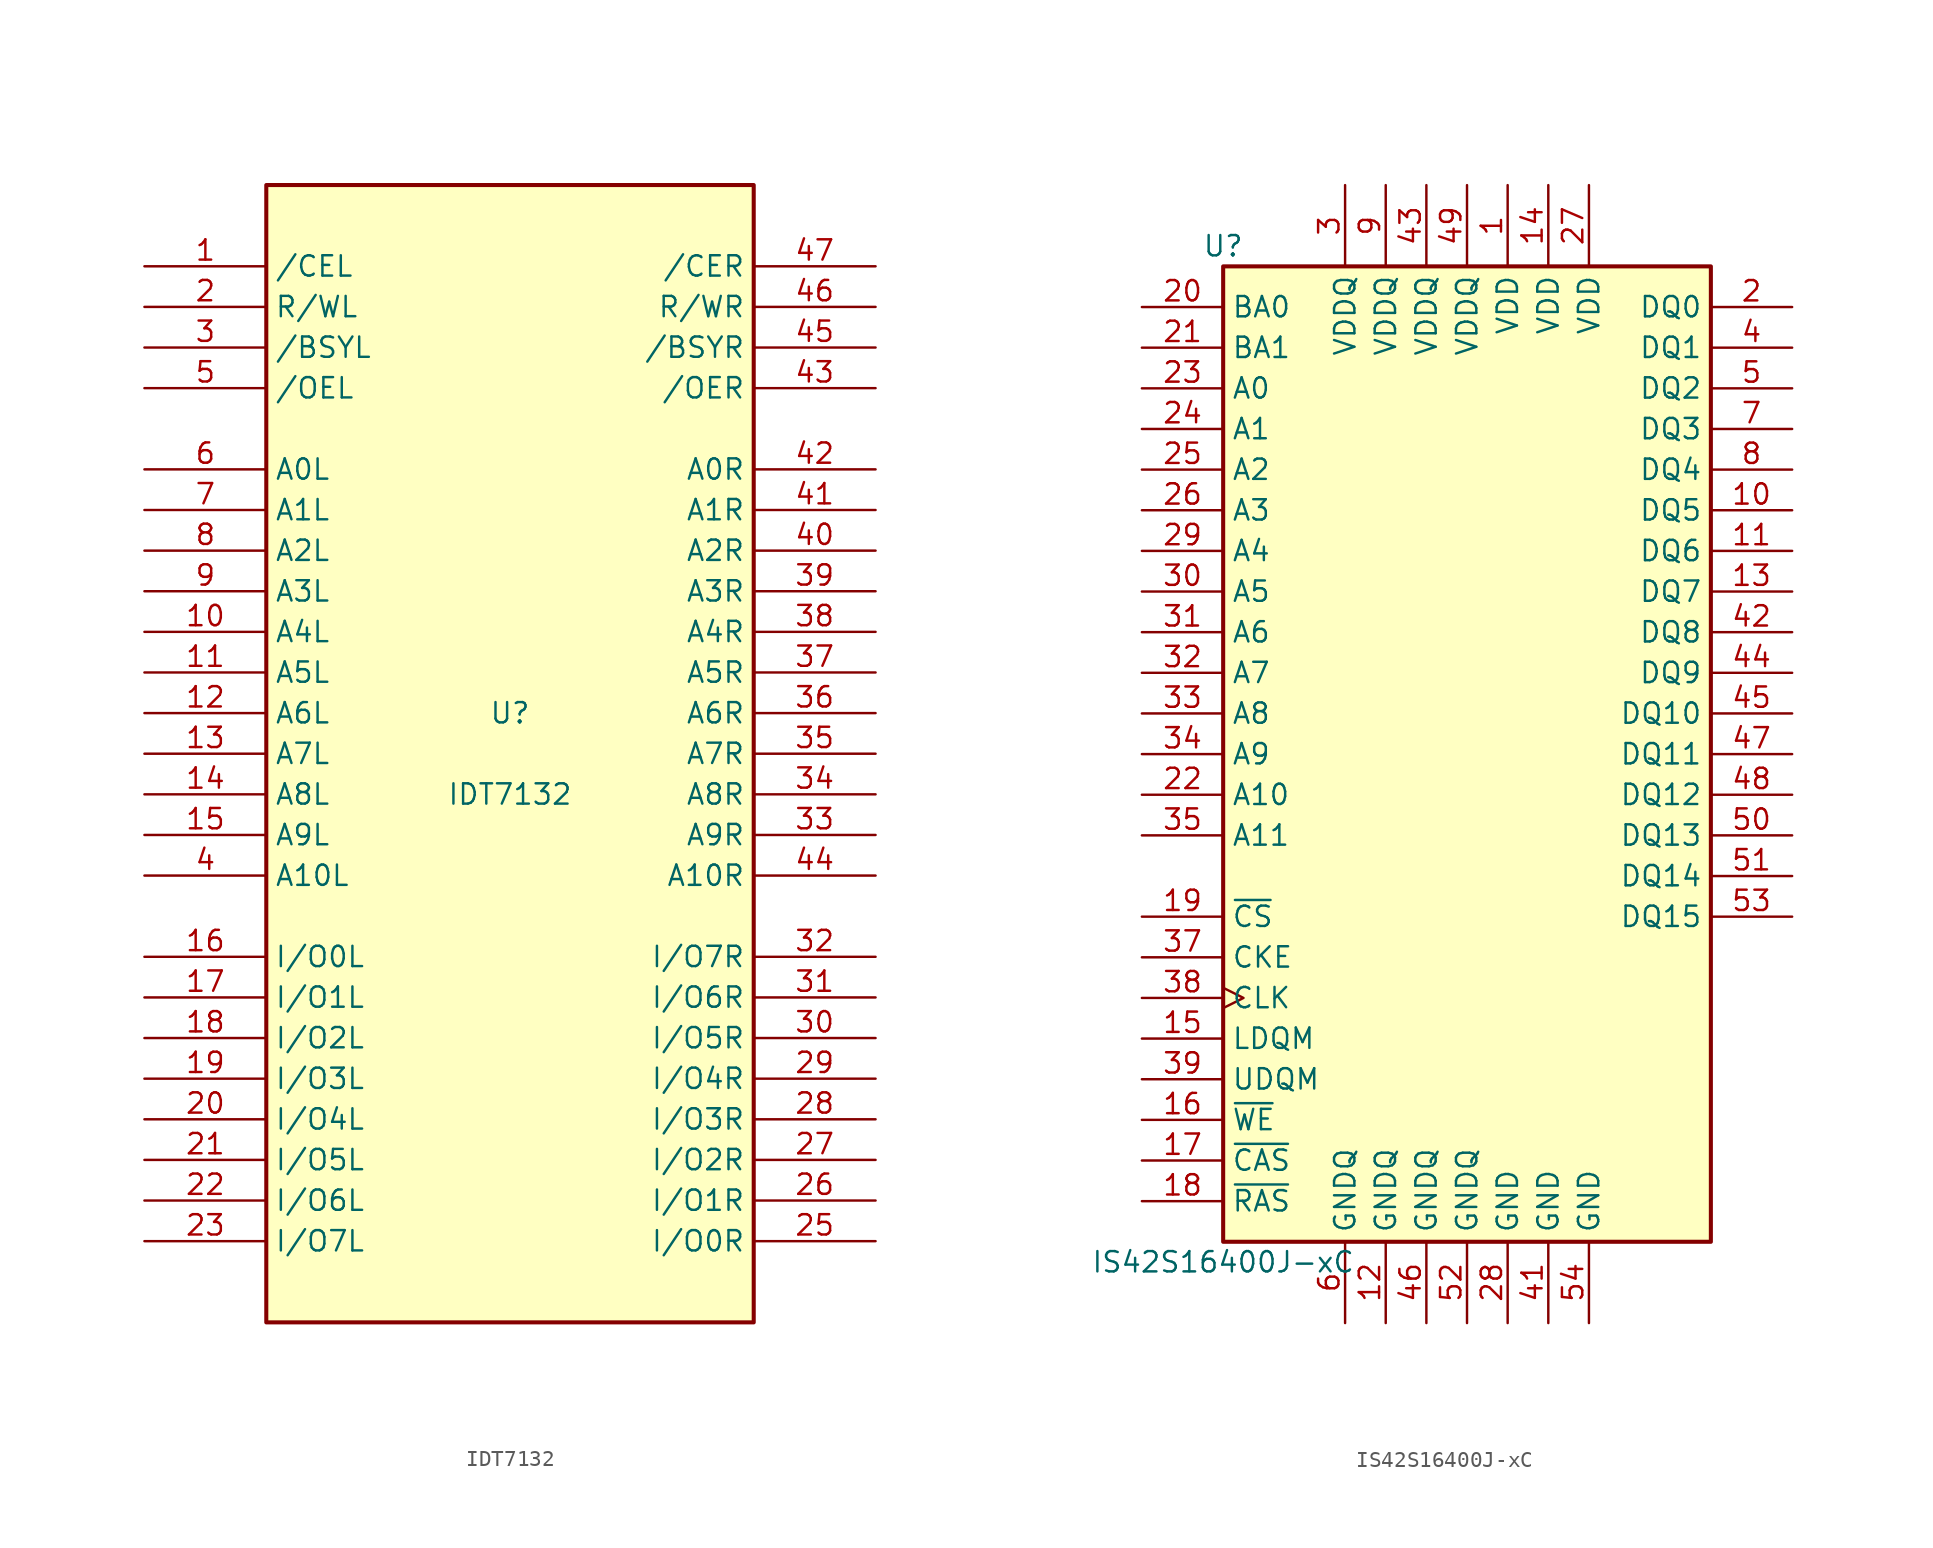
<source format=kicad_sym>
(kicad_symbol_lib
  (version 20220914)
  (generator kicad_symbol_editor)
  (symbol "IDT7132"
    (property "Reference" "U"
      (at 0 2.54 0)
      (effects (font (size 1.27 1.27))))
    (property "Value" "IDT7132"
      (at 0 -2.54 0)
      (effects (font (size 1.27 1.27))))
    (symbol "IDT7132_0_1"
      (rectangle (start -15.24 -35.56) (end 15.24 35.56) (stroke (width 0.254) (type solid)) (fill (type background))))
    (symbol "IDT7132_1_1"
      (pin input line (at -22.86 30.48 0) (length 7.62) (name "/CEL" (effects (font (size 1.27 1.27)))) (number "1" (effects (font (size 1.27 1.27)))))
      (pin input line (at -22.86 7.62 0) (length 7.62) (name "A4L" (effects (font (size 1.27 1.27)))) (number "10" (effects (font (size 1.27 1.27)))))
      (pin input line (at -22.86 5.08 0) (length 7.62) (name "A5L" (effects (font (size 1.27 1.27)))) (number "11" (effects (font (size 1.27 1.27)))))
      (pin input line (at -22.86 2.54 0) (length 7.62) (name "A6L" (effects (font (size 1.27 1.27)))) (number "12" (effects (font (size 1.27 1.27)))))
      (pin input line (at -22.86 0 0) (length 7.62) (name "A7L" (effects (font (size 1.27 1.27)))) (number "13" (effects (font (size 1.27 1.27)))))
      (pin input line (at -22.86 -2.54 0) (length 7.62) (name "A8L" (effects (font (size 1.27 1.27)))) (number "14" (effects (font (size 1.27 1.27)))))
      (pin input line (at -22.86 -5.08 0) (length 7.62) (name "A9L" (effects (font (size 1.27 1.27)))) (number "15" (effects (font (size 1.27 1.27)))))
      (pin input line (at -22.86 -12.7 0) (length 7.62) (name "I/O0L" (effects (font (size 1.27 1.27)))) (number "16" (effects (font (size 1.27 1.27)))))
      (pin input line (at -22.86 -15.24 0) (length 7.62) (name "I/O1L" (effects (font (size 1.27 1.27)))) (number "17" (effects (font (size 1.27 1.27)))))
      (pin input line (at -22.86 -17.78 0) (length 7.62) (name "I/O2L" (effects (font (size 1.27 1.27)))) (number "18" (effects (font (size 1.27 1.27)))))
      (pin input line (at -22.86 -20.32 0) (length 7.62) (name "I/O3L" (effects (font (size 1.27 1.27)))) (number "19" (effects (font (size 1.27 1.27)))))
      (pin input line (at -22.86 27.94 0) (length 7.62) (name "R/WL" (effects (font (size 1.27 1.27)))) (number "2" (effects (font (size 1.27 1.27)))))
      (pin input line (at -22.86 -22.86 0) (length 7.62) (name "I/O4L" (effects (font (size 1.27 1.27)))) (number "20" (effects (font (size 1.27 1.27)))))
      (pin input line (at -22.86 -25.4 0) (length 7.62) (name "I/O5L" (effects (font (size 1.27 1.27)))) (number "21" (effects (font (size 1.27 1.27)))))
      (pin input line (at -22.86 -27.94 0) (length 7.62) (name "I/O6L" (effects (font (size 1.27 1.27)))) (number "22" (effects (font (size 1.27 1.27)))))
      (pin input line (at -22.86 -30.48 0) (length 7.62) (name "I/O7L" (effects (font (size 1.27 1.27)))) (number "23" (effects (font (size 1.27 1.27)))))
      (pin power_in line (at 0 -35.56 90) (length 0) hide (name "GND" (effects (font (size 1.27 1.27)))) (number "24" (effects (font (size 1.27 1.27)))))
      (pin input line (at 22.86 -30.48 180) (length 7.62) (name "I/O0R" (effects (font (size 1.27 1.27)))) (number "25" (effects (font (size 1.27 1.27)))))
      (pin input line (at 22.86 -27.94 180) (length 7.62) (name "I/O1R" (effects (font (size 1.27 1.27)))) (number "26" (effects (font (size 1.27 1.27)))))
      (pin input line (at 22.86 -25.4 180) (length 7.62) (name "I/O2R" (effects (font (size 1.27 1.27)))) (number "27" (effects (font (size 1.27 1.27)))))
      (pin input line (at 22.86 -22.86 180) (length 7.62) (name "I/O3R" (effects (font (size 1.27 1.27)))) (number "28" (effects (font (size 1.27 1.27)))))
      (pin input line (at 22.86 -20.32 180) (length 7.62) (name "I/O4R" (effects (font (size 1.27 1.27)))) (number "29" (effects (font (size 1.27 1.27)))))
      (pin output line (at -22.86 25.4 0) (length 7.62) (name "/BSYL" (effects (font (size 1.27 1.27)))) (number "3" (effects (font (size 1.27 1.27)))))
      (pin input line (at 22.86 -17.78 180) (length 7.62) (name "I/O5R" (effects (font (size 1.27 1.27)))) (number "30" (effects (font (size 1.27 1.27)))))
      (pin input line (at 22.86 -15.24 180) (length 7.62) (name "I/O6R" (effects (font (size 1.27 1.27)))) (number "31" (effects (font (size 1.27 1.27)))))
      (pin input line (at 22.86 -12.7 180) (length 7.62) (name "I/O7R" (effects (font (size 1.27 1.27)))) (number "32" (effects (font (size 1.27 1.27)))))
      (pin input line (at 22.86 -5.08 180) (length 7.62) (name "A9R" (effects (font (size 1.27 1.27)))) (number "33" (effects (font (size 1.27 1.27)))))
      (pin input line (at 22.86 -2.54 180) (length 7.62) (name "A8R" (effects (font (size 1.27 1.27)))) (number "34" (effects (font (size 1.27 1.27)))))
      (pin input line (at 22.86 0 180) (length 7.62) (name "A7R" (effects (font (size 1.27 1.27)))) (number "35" (effects (font (size 1.27 1.27)))))
      (pin input line (at 22.86 2.54 180) (length 7.62) (name "A6R" (effects (font (size 1.27 1.27)))) (number "36" (effects (font (size 1.27 1.27)))))
      (pin input line (at 22.86 5.08 180) (length 7.62) (name "A5R" (effects (font (size 1.27 1.27)))) (number "37" (effects (font (size 1.27 1.27)))))
      (pin input line (at 22.86 7.62 180) (length 7.62) (name "A4R" (effects (font (size 1.27 1.27)))) (number "38" (effects (font (size 1.27 1.27)))))
      (pin input line (at 22.86 10.16 180) (length 7.62) (name "A3R" (effects (font (size 1.27 1.27)))) (number "39" (effects (font (size 1.27 1.27)))))
      (pin input line (at -22.86 -7.62 0) (length 7.62) (name "A10L" (effects (font (size 1.27 1.27)))) (number "4" (effects (font (size 1.27 1.27)))))
      (pin input line (at 22.86 12.7 180) (length 7.62) (name "A2R" (effects (font (size 1.27 1.27)))) (number "40" (effects (font (size 1.27 1.27)))))
      (pin input line (at 22.86 15.24 180) (length 7.62) (name "A1R" (effects (font (size 1.27 1.27)))) (number "41" (effects (font (size 1.27 1.27)))))
      (pin input line (at 22.86 17.78 180) (length 7.62) (name "A0R" (effects (font (size 1.27 1.27)))) (number "42" (effects (font (size 1.27 1.27)))))
      (pin input line (at 22.86 22.86 180) (length 7.62) (name "/OER" (effects (font (size 1.27 1.27)))) (number "43" (effects (font (size 1.27 1.27)))))
      (pin input line (at 22.86 -7.62 180) (length 7.62) (name "A10R" (effects (font (size 1.27 1.27)))) (number "44" (effects (font (size 1.27 1.27)))))
      (pin output line (at 22.86 25.4 180) (length 7.62) (name "/BSYR" (effects (font (size 1.27 1.27)))) (number "45" (effects (font (size 1.27 1.27)))))
      (pin input line (at 22.86 27.94 180) (length 7.62) (name "R/WR" (effects (font (size 1.27 1.27)))) (number "46" (effects (font (size 1.27 1.27)))))
      (pin input line (at 22.86 30.48 180) (length 7.62) (name "/CER" (effects (font (size 1.27 1.27)))) (number "47" (effects (font (size 1.27 1.27)))))
      (pin power_in line (at 0 35.56 90) (length 0) hide (name "VCC" (effects (font (size 1.27 1.27)))) (number "48" (effects (font (size 1.27 1.27)))))
      (pin input line (at -22.86 22.86 0) (length 7.62) (name "/OEL" (effects (font (size 1.27 1.27)))) (number "5" (effects (font (size 1.27 1.27)))))
      (pin input line (at -22.86 17.78 0) (length 7.62) (name "A0L" (effects (font (size 1.27 1.27)))) (number "6" (effects (font (size 1.27 1.27)))))
      (pin input line (at -22.86 15.24 0) (length 7.62) (name "A1L" (effects (font (size 1.27 1.27)))) (number "7" (effects (font (size 1.27 1.27)))))
      (pin input line (at -22.86 12.7 0) (length 7.62) (name "A2L" (effects (font (size 1.27 1.27)))) (number "8" (effects (font (size 1.27 1.27)))))
      (pin input line (at -22.86 10.16 0) (length 7.62) (name "A3L" (effects (font (size 1.27 1.27)))) (number "9" (effects (font (size 1.27 1.27)))))))
  (symbol "IS42S16400J-xC"
    (property "Reference" "U"
      (at -15.24 31.75 0)
      (effects (font (size 1.27 1.27))))
    (property "Value" "IS42S16400J-xC"
      (at -15.24 -31.75 0)
      (effects (font (size 1.27 1.27))))
    (symbol "IS42S16400J-xC_1_1"
      (rectangle (start -15.24 30.48) (end 15.24 -30.48) (stroke (width 0.254) (type solid)) (fill (type background)))
      (pin power_in line (at 2.54 35.56 270) (length 5.08) (name "VDD" (effects (font (size 1.27 1.27)))) (number "1" (effects (font (size 1.27 1.27)))))
      (pin bidirectional line (at 20.32 15.24 180) (length 5.08) (name "DQ5" (effects (font (size 1.27 1.27)))) (number "10" (effects (font (size 1.27 1.27)))))
      (pin bidirectional line (at 20.32 12.7 180) (length 5.08) (name "DQ6" (effects (font (size 1.27 1.27)))) (number "11" (effects (font (size 1.27 1.27)))))
      (pin power_in line (at -5.08 -35.56 90) (length 5.08) (name "GNDQ" (effects (font (size 1.27 1.27)))) (number "12" (effects (font (size 1.27 1.27)))))
      (pin bidirectional line (at 20.32 10.16 180) (length 5.08) (name "DQ7" (effects (font (size 1.27 1.27)))) (number "13" (effects (font (size 1.27 1.27)))))
      (pin power_in line (at 5.08 35.56 270) (length 5.08) (name "VDD" (effects (font (size 1.27 1.27)))) (number "14" (effects (font (size 1.27 1.27)))))
      (pin input line (at -20.32 -17.78 0) (length 5.08) (name "LDQM" (effects (font (size 1.27 1.27)))) (number "15" (effects (font (size 1.27 1.27)))))
      (pin input line (at -20.32 -22.86 0) (length 5.08) (name "~{WE}" (effects (font (size 1.27 1.27)))) (number "16" (effects (font (size 1.27 1.27)))))
      (pin input line (at -20.32 -25.4 0) (length 5.08) (name "~{CAS}" (effects (font (size 1.27 1.27)))) (number "17" (effects (font (size 1.27 1.27)))))
      (pin input line (at -20.32 -27.94 0) (length 5.08) (name "~{RAS}" (effects (font (size 1.27 1.27)))) (number "18" (effects (font (size 1.27 1.27)))))
      (pin input line (at -20.32 -10.16 0) (length 5.08) (name "~{CS}" (effects (font (size 1.27 1.27)))) (number "19" (effects (font (size 1.27 1.27)))))
      (pin bidirectional line (at 20.32 27.94 180) (length 5.08) (name "DQ0" (effects (font (size 1.27 1.27)))) (number "2" (effects (font (size 1.27 1.27)))))
      (pin input line (at -20.32 27.94 0) (length 5.08) (name "BA0" (effects (font (size 1.27 1.27)))) (number "20" (effects (font (size 1.27 1.27)))))
      (pin input line (at -20.32 25.4 0) (length 5.08) (name "BA1" (effects (font (size 1.27 1.27)))) (number "21" (effects (font (size 1.27 1.27)))))
      (pin input line (at -20.32 -2.54 0) (length 5.08) (name "A10" (effects (font (size 1.27 1.27)))) (number "22" (effects (font (size 1.27 1.27)))))
      (pin input line (at -20.32 22.86 0) (length 5.08) (name "A0" (effects (font (size 1.27 1.27)))) (number "23" (effects (font (size 1.27 1.27)))))
      (pin input line (at -20.32 20.32 0) (length 5.08) (name "A1" (effects (font (size 1.27 1.27)))) (number "24" (effects (font (size 1.27 1.27)))))
      (pin input line (at -20.32 17.78 0) (length 5.08) (name "A2" (effects (font (size 1.27 1.27)))) (number "25" (effects (font (size 1.27 1.27)))))
      (pin input line (at -20.32 15.24 0) (length 5.08) (name "A3" (effects (font (size 1.27 1.27)))) (number "26" (effects (font (size 1.27 1.27)))))
      (pin power_in line (at 7.62 35.56 270) (length 5.08) (name "VDD" (effects (font (size 1.27 1.27)))) (number "27" (effects (font (size 1.27 1.27)))))
      (pin power_in line (at 2.54 -35.56 90) (length 5.08) (name "GND" (effects (font (size 1.27 1.27)))) (number "28" (effects (font (size 1.27 1.27)))))
      (pin input line (at -20.32 12.7 0) (length 5.08) (name "A4" (effects (font (size 1.27 1.27)))) (number "29" (effects (font (size 1.27 1.27)))))
      (pin power_in line (at -7.62 35.56 270) (length 5.08) (name "VDDQ" (effects (font (size 1.27 1.27)))) (number "3" (effects (font (size 1.27 1.27)))))
      (pin input line (at -20.32 10.16 0) (length 5.08) (name "A5" (effects (font (size 1.27 1.27)))) (number "30" (effects (font (size 1.27 1.27)))))
      (pin input line (at -20.32 7.62 0) (length 5.08) (name "A6" (effects (font (size 1.27 1.27)))) (number "31" (effects (font (size 1.27 1.27)))))
      (pin input line (at -20.32 5.08 0) (length 5.08) (name "A7" (effects (font (size 1.27 1.27)))) (number "32" (effects (font (size 1.27 1.27)))))
      (pin input line (at -20.32 2.54 0) (length 5.08) (name "A8" (effects (font (size 1.27 1.27)))) (number "33" (effects (font (size 1.27 1.27)))))
      (pin input line (at -20.32 0 0) (length 5.08) (name "A9" (effects (font (size 1.27 1.27)))) (number "34" (effects (font (size 1.27 1.27)))))
      (pin input line (at -20.32 -5.08 0) (length 5.08) (name "A11" (effects (font (size 1.27 1.27)))) (number "35" (effects (font (size 1.27 1.27)))))
      (pin no_connect line (at 15.24 -17.78 180) (length 5.08) hide (name "NC" (effects (font (size 1.27 1.27)))) (number "36" (effects (font (size 1.27 1.27)))))
      (pin input line (at -20.32 -12.7 0) (length 5.08) (name "CKE" (effects (font (size 1.27 1.27)))) (number "37" (effects (font (size 1.27 1.27)))))
      (pin input clock (at -20.32 -15.24 0) (length 5.08) (name "CLK" (effects (font (size 1.27 1.27)))) (number "38" (effects (font (size 1.27 1.27)))))
      (pin input line (at -20.32 -20.32 0) (length 5.08) (name "UDQM" (effects (font (size 1.27 1.27)))) (number "39" (effects (font (size 1.27 1.27)))))
      (pin bidirectional line (at 20.32 25.4 180) (length 5.08) (name "DQ1" (effects (font (size 1.27 1.27)))) (number "4" (effects (font (size 1.27 1.27)))))
      (pin no_connect line (at 15.24 -20.32 180) (length 5.08) hide (name "NC" (effects (font (size 1.27 1.27)))) (number "40" (effects (font (size 1.27 1.27)))))
      (pin power_in line (at 5.08 -35.56 90) (length 5.08) (name "GND" (effects (font (size 1.27 1.27)))) (number "41" (effects (font (size 1.27 1.27)))))
      (pin bidirectional line (at 20.32 7.62 180) (length 5.08) (name "DQ8" (effects (font (size 1.27 1.27)))) (number "42" (effects (font (size 1.27 1.27)))))
      (pin power_in line (at -2.54 35.56 270) (length 5.08) (name "VDDQ" (effects (font (size 1.27 1.27)))) (number "43" (effects (font (size 1.27 1.27)))))
      (pin bidirectional line (at 20.32 5.08 180) (length 5.08) (name "DQ9" (effects (font (size 1.27 1.27)))) (number "44" (effects (font (size 1.27 1.27)))))
      (pin bidirectional line (at 20.32 2.54 180) (length 5.08) (name "DQ10" (effects (font (size 1.27 1.27)))) (number "45" (effects (font (size 1.27 1.27)))))
      (pin power_in line (at -2.54 -35.56 90) (length 5.08) (name "GNDQ" (effects (font (size 1.27 1.27)))) (number "46" (effects (font (size 1.27 1.27)))))
      (pin bidirectional line (at 20.32 0 180) (length 5.08) (name "DQ11" (effects (font (size 1.27 1.27)))) (number "47" (effects (font (size 1.27 1.27)))))
      (pin bidirectional line (at 20.32 -2.54 180) (length 5.08) (name "DQ12" (effects (font (size 1.27 1.27)))) (number "48" (effects (font (size 1.27 1.27)))))
      (pin power_in line (at 0 35.56 270) (length 5.08) (name "VDDQ" (effects (font (size 1.27 1.27)))) (number "49" (effects (font (size 1.27 1.27)))))
      (pin bidirectional line (at 20.32 22.86 180) (length 5.08) (name "DQ2" (effects (font (size 1.27 1.27)))) (number "5" (effects (font (size 1.27 1.27)))))
      (pin bidirectional line (at 20.32 -5.08 180) (length 5.08) (name "DQ13" (effects (font (size 1.27 1.27)))) (number "50" (effects (font (size 1.27 1.27)))))
      (pin bidirectional line (at 20.32 -7.62 180) (length 5.08) (name "DQ14" (effects (font (size 1.27 1.27)))) (number "51" (effects (font (size 1.27 1.27)))))
      (pin power_in line (at 0 -35.56 90) (length 5.08) (name "GNDQ" (effects (font (size 1.27 1.27)))) (number "52" (effects (font (size 1.27 1.27)))))
      (pin bidirectional line (at 20.32 -10.16 180) (length 5.08) (name "DQ15" (effects (font (size 1.27 1.27)))) (number "53" (effects (font (size 1.27 1.27)))))
      (pin power_in line (at 7.62 -35.56 90) (length 5.08) (name "GND" (effects (font (size 1.27 1.27)))) (number "54" (effects (font (size 1.27 1.27)))))
      (pin power_in line (at -7.62 -35.56 90) (length 5.08) (name "GNDQ" (effects (font (size 1.27 1.27)))) (number "6" (effects (font (size 1.27 1.27)))))
      (pin bidirectional line (at 20.32 20.32 180) (length 5.08) (name "DQ3" (effects (font (size 1.27 1.27)))) (number "7" (effects (font (size 1.27 1.27)))))
      (pin bidirectional line (at 20.32 17.78 180) (length 5.08) (name "DQ4" (effects (font (size 1.27 1.27)))) (number "8" (effects (font (size 1.27 1.27)))))
      (pin power_in line (at -5.08 35.56 270) (length 5.08) (name "VDDQ" (effects (font (size 1.27 1.27)))) (number "9" (effects (font (size 1.27 1.27))))))))
</source>
